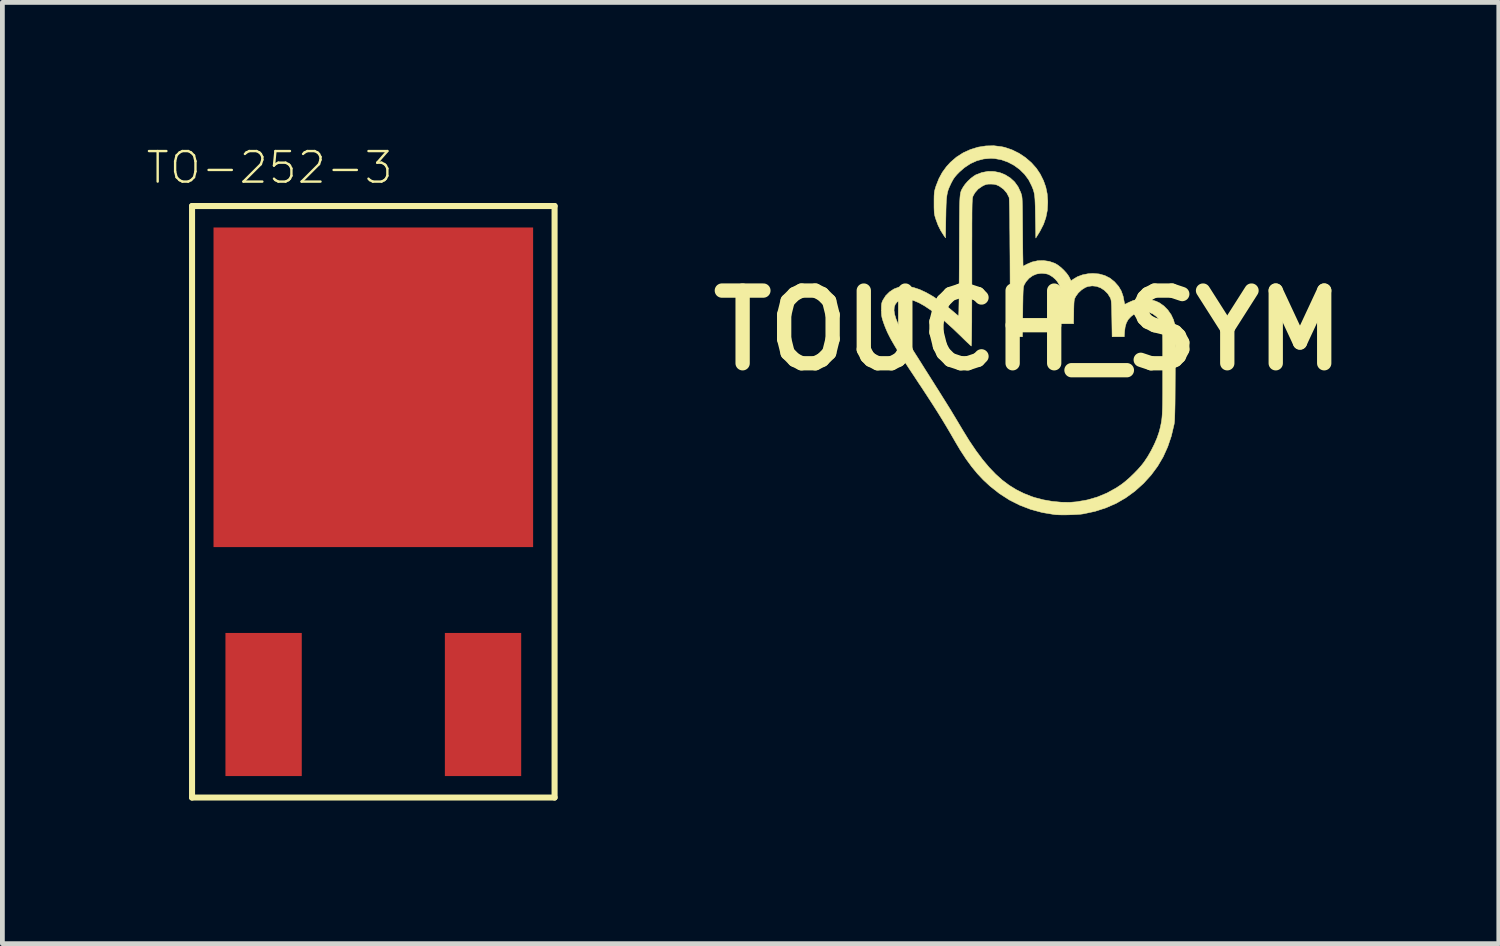
<source format=kicad_pcb>
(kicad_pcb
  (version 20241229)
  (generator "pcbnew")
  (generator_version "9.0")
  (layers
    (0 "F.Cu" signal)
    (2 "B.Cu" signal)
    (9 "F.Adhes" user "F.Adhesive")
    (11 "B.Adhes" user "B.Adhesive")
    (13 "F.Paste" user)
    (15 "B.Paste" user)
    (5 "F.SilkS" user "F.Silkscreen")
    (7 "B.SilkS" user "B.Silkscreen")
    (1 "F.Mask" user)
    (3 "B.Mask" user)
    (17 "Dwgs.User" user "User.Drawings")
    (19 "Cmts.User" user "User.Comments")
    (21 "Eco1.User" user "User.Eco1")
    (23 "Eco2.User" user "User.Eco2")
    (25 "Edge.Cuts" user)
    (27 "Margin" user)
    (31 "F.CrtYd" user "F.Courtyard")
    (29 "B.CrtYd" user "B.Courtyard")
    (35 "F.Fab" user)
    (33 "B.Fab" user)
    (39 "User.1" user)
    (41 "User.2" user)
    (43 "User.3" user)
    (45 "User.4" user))
  (footprint "TO-252-3"
    (layer "F.Cu")
    (at 4.776 5.069)
    (property "Reference" "TO-252-3" (at -2.174 -4.606 0) (layer "F.SilkS") (effects (font (size 0.64 0.64) (thickness 0.05))))
    (attr smd)
    (fp_line (start -3.8 -3.8) (end 3.8 -3.8) (stroke (width 0.127) (type solid)) (layer "F.SilkS"))
    (fp_line (start -3.8 8.6) (end -3.8 -3.8) (stroke (width 0.127) (type solid)) (layer "F.SilkS"))
    (fp_line (start 3.8 -3.8) (end 3.8 8.6) (stroke (width 0.127) (type solid)) (layer "F.SilkS"))
    (fp_line (start 3.8 8.6) (end -3.8 8.6) (stroke (width 0.127) (type solid)) (layer "F.SilkS"))
    (pad "GND" smd rect (at 0 0) (size 6.7 6.7) (layers "F.Cu" "F.Mask" "F.Paste"))
    (pad "VI" smd rect (at -2.3 6.65 90) (size 3 1.6) (layers "F.Cu" "F.Mask" "F.Paste"))
    (pad "VO" smd rect (at 2.3 6.65 90) (size 3 1.6) (layers "F.Cu" "F.Mask" "F.Paste")))
  (footprint "TOUCH_SYM"
    (layer "F.Cu")
    (at 18.505 3.876)
    (property "Reference" "TOUCH_SYM" (at 0 0 0) (layer "F.SilkS") (effects (font (size 1.524 1.524) (thickness 0.3))))
    (attr through_hole)
    (fp_poly (pts (xy -0.554 -3.85) (xy -0.489 -3.836) (xy -0.338 -3.784) (xy -0.192 -3.712) (xy -0.057 -3.622) (xy 0.066 -3.516) (xy 0.171 -3.398) (xy 0.251 -3.278) (xy 0.32 -3.14) (xy 0.368 -3.005) (xy 0.397 -2.866) (xy 0.409 -2.715) (xy 0.409 -2.673) (xy 0.4 -2.515) (xy 0.37 -2.366) (xy 0.32 -2.222) (xy 0.246 -2.078) (xy 0.226 -2.045) (xy 0.159 -1.937) (xy 0.151 -2.381) (xy 0.149 -2.504) (xy 0.147 -2.606) (xy 0.144 -2.688) (xy 0.141 -2.754) (xy 0.136 -2.809) (xy 0.13 -2.854) (xy 0.122 -2.893) (xy 0.112 -2.93) (xy 0.099 -2.968) (xy 0.082 -3.009) (xy 0.074 -3.029) (xy 0.01 -3.156) (xy -0.075 -3.271) (xy -0.178 -3.373) (xy -0.295 -3.459) (xy -0.423 -3.527) (xy -0.559 -3.576) (xy -0.7 -3.602) (xy -0.787 -3.607) (xy -0.934 -3.594) (xy -1.076 -3.557) (xy -1.211 -3.496) (xy -1.339 -3.411) (xy -1.442 -3.321) (xy -1.496 -3.266) (xy -1.535 -3.22) (xy -1.567 -3.176) (xy -1.595 -3.126) (xy -1.616 -3.086) (xy -1.641 -3.032) (xy -1.663 -2.983) (xy -1.68 -2.937) (xy -1.693 -2.89) (xy -1.703 -2.839) (xy -1.711 -2.78) (xy -1.717 -2.71) (xy -1.721 -2.626) (xy -1.724 -2.523) (xy -1.726 -2.4) (xy -1.727 -2.364) (xy -1.734 -1.94) (xy -1.773 -1.996) (xy -1.837 -2.098) (xy -1.89 -2.205) (xy -1.932 -2.318) (xy -1.947 -2.364) (xy -1.958 -2.402) (xy -1.965 -2.437) (xy -1.97 -2.474) (xy -1.972 -2.52) (xy -1.974 -2.579) (xy -1.974 -2.656) (xy -1.974 -2.673) (xy -1.974 -2.755) (xy -1.973 -2.817) (xy -1.97 -2.865) (xy -1.966 -2.904) (xy -1.959 -2.939) (xy -1.949 -2.975) (xy -1.935 -3.02) (xy -1.932 -3.029) (xy -1.873 -3.179) (xy -1.802 -3.311) (xy -1.714 -3.432) (xy -1.631 -3.523) (xy -1.504 -3.633) (xy -1.363 -3.723) (xy -1.211 -3.792) (xy -1.052 -3.841) (xy -0.887 -3.867) (xy -0.72 -3.871) (xy -0.554 -3.85)) (stroke (width 0.01) (type solid)) (fill yes) (layer "F.SilkS"))
    (fp_poly (pts (xy -0.718 -3.332) (xy -0.592 -3.306) (xy -0.489 -3.265) (xy -0.378 -3.197) (xy -0.286 -3.113) (xy -0.212 -3.01) (xy -0.156 -2.889) (xy -0.15 -2.87) (xy -0.144 -2.852) (xy -0.139 -2.834) (xy -0.134 -2.813) (xy -0.131 -2.789) (xy -0.128 -2.758) (xy -0.126 -2.718) (xy -0.124 -2.668) (xy -0.122 -2.604) (xy -0.121 -2.525) (xy -0.12 -2.429) (xy -0.119 -2.314) (xy -0.118 -2.176) (xy -0.117 -2.067) (xy -0.116 -1.934) (xy -0.115 -1.809) (xy -0.114 -1.695) (xy -0.113 -1.593) (xy -0.111 -1.505) (xy -0.11 -1.435) (xy -0.109 -1.383) (xy -0.108 -1.353) (xy -0.107 -1.346) (xy -0.094 -1.352) (xy -0.065 -1.367) (xy -0.033 -1.385) (xy 0.078 -1.433) (xy 0.198 -1.46) (xy 0.32 -1.464) (xy 0.442 -1.446) (xy 0.558 -1.406) (xy 0.566 -1.402) (xy 0.624 -1.367) (xy 0.687 -1.318) (xy 0.749 -1.259) (xy 0.804 -1.198) (xy 0.846 -1.14) (xy 0.864 -1.108) (xy 0.881 -1.072) (xy 0.893 -1.048) (xy 0.898 -1.041) (xy 0.911 -1.048) (xy 0.935 -1.066) (xy 0.944 -1.072) (xy 1.032 -1.125) (xy 1.137 -1.164) (xy 1.254 -1.187) (xy 1.353 -1.194) (xy 1.486 -1.183) (xy 1.605 -1.15) (xy 1.714 -1.095) (xy 1.811 -1.017) (xy 1.815 -1.012) (xy 1.894 -0.922) (xy 1.951 -0.825) (xy 1.989 -0.717) (xy 2.006 -0.63) (xy 2.014 -0.59) (xy 2.02 -0.56) (xy 2.024 -0.55) (xy 2.038 -0.552) (xy 2.066 -0.565) (xy 2.098 -0.582) (xy 2.204 -0.628) (xy 2.32 -0.654) (xy 2.442 -0.66) (xy 2.563 -0.646) (xy 2.679 -0.611) (xy 2.75 -0.578) (xy 2.845 -0.511) (xy 2.928 -0.426) (xy 2.997 -0.327) (xy 3.047 -0.219) (xy 3.075 -0.113) (xy 3.077 -0.081) (xy 3.079 -0.025) (xy 3.081 0.055) (xy 3.083 0.159) (xy 3.083 0.286) (xy 3.084 0.435) (xy 3.084 0.606) (xy 3.083 0.797) (xy 3.082 0.922) (xy 3.081 1.107) (xy 3.08 1.269) (xy 3.079 1.408) (xy 3.078 1.528) (xy 3.076 1.629) (xy 3.074 1.713) (xy 3.072 1.783) (xy 3.07 1.841) (xy 3.068 1.887) (xy 3.065 1.923) (xy 3.061 1.952) (xy 3.057 1.975) (xy 3 2.216) (xy 2.924 2.441) (xy 2.829 2.651) (xy 2.714 2.847) (xy 2.578 3.031) (xy 2.42 3.205) (xy 2.416 3.209) (xy 2.237 3.37) (xy 2.047 3.508) (xy 1.846 3.625) (xy 1.631 3.719) (xy 1.403 3.793) (xy 1.161 3.845) (xy 1.143 3.848) (xy 1.087 3.855) (xy 1.012 3.86) (xy 0.925 3.864) (xy 0.832 3.867) (xy 0.74 3.868) (xy 0.656 3.867) (xy 0.585 3.864) (xy 0.546 3.86) (xy 0.294 3.818) (xy 0.053 3.753) (xy -0.176 3.665) (xy -0.395 3.555) (xy -0.603 3.421) (xy -0.802 3.264) (xy -0.944 3.132) (xy -1.067 3.001) (xy -1.187 2.855) (xy -1.305 2.693) (xy -1.424 2.511) (xy -1.545 2.307) (xy -1.549 2.299) (xy -1.632 2.155) (xy -1.717 2.011) (xy -1.806 1.864) (xy -1.902 1.709) (xy -2.006 1.546) (xy -2.121 1.369) (xy -2.248 1.175) (xy -2.288 1.116) (xy -2.401 0.944) (xy -2.502 0.792) (xy -2.59 0.657) (xy -2.666 0.537) (xy -2.733 0.431) (xy -2.79 0.337) (xy -2.839 0.253) (xy -2.882 0.178) (xy -2.918 0.108) (xy -2.95 0.044) (xy -2.977 -0.018) (xy -3.002 -0.079) (xy -3.025 -0.141) (xy -3.03 -0.154) (xy -3.051 -0.217) (xy -3.065 -0.266) (xy -3.073 -0.312) (xy -3.077 -0.364) (xy -3.078 -0.418) (xy -2.813 -0.418) (xy -2.8 -0.334) (xy -2.77 -0.236) (xy -2.723 -0.122) (xy -2.658 0.007) (xy -2.581 0.146) (xy -2.56 0.18) (xy -2.528 0.233) (xy -2.484 0.303) (xy -2.432 0.388) (xy -2.372 0.484) (xy -2.305 0.589) (xy -2.234 0.702) (xy -2.16 0.82) (xy -2.1 0.914) (xy -2.006 1.063) (xy -1.924 1.193) (xy -1.852 1.307) (xy -1.789 1.408) (xy -1.732 1.499) (xy -1.68 1.582) (xy -1.631 1.661) (xy -1.584 1.739) (xy -1.537 1.817) (xy -1.487 1.9) (xy -1.434 1.989) (xy -1.378 2.083) (xy -1.236 2.314) (xy -1.096 2.521) (xy -0.959 2.705) (xy -0.822 2.869) (xy -0.684 3.013) (xy -0.544 3.139) (xy -0.4 3.247) (xy -0.251 3.339) (xy -0.095 3.417) (xy 0.068 3.482) (xy 0.134 3.504) (xy 0.313 3.551) (xy 0.501 3.584) (xy 0.689 3.602) (xy 0.871 3.605) (xy 1.016 3.593) (xy 1.239 3.554) (xy 1.45 3.493) (xy 1.652 3.409) (xy 1.846 3.302) (xy 1.955 3.229) (xy 2.035 3.167) (xy 2.122 3.091) (xy 2.211 3.006) (xy 2.296 2.919) (xy 2.371 2.834) (xy 2.431 2.757) (xy 2.508 2.641) (xy 2.58 2.515) (xy 2.645 2.385) (xy 2.7 2.258) (xy 2.741 2.139) (xy 2.755 2.089) (xy 2.767 2.041) (xy 2.777 1.996) (xy 2.786 1.954) (xy 2.793 1.911) (xy 2.8 1.867) (xy 2.805 1.818) (xy 2.809 1.763) (xy 2.812 1.7) (xy 2.815 1.626) (xy 2.817 1.539) (xy 2.818 1.437) (xy 2.819 1.318) (xy 2.819 1.18) (xy 2.819 1.021) (xy 2.819 0.848) (xy 2.819 0.674) (xy 2.819 0.524) (xy 2.819 0.395) (xy 2.819 0.286) (xy 2.818 0.195) (xy 2.817 0.12) (xy 2.816 0.059) (xy 2.815 0.01) (xy 2.813 -0.028) (xy 2.81 -0.058) (xy 2.807 -0.081) (xy 2.804 -0.099) (xy 2.8 -0.114) (xy 2.795 -0.128) (xy 2.792 -0.135) (xy 2.749 -0.218) (xy 2.687 -0.29) (xy 2.613 -0.345) (xy 2.529 -0.381) (xy 2.488 -0.391) (xy 2.388 -0.395) (xy 2.297 -0.377) (xy 2.212 -0.335) (xy 2.154 -0.29) (xy 2.097 -0.229) (xy 2.057 -0.157) (xy 2.032 -0.071) (xy 2.021 0.015) (xy 2.013 0.133) (xy 1.759 0.133) (xy 1.753 -0.248) (xy 1.751 -0.357) (xy 1.749 -0.444) (xy 1.747 -0.512) (xy 1.744 -0.564) (xy 1.741 -0.603) (xy 1.737 -0.632) (xy 1.732 -0.655) (xy 1.725 -0.673) (xy 1.719 -0.687) (xy 1.667 -0.771) (xy 1.595 -0.842) (xy 1.518 -0.892) (xy 1.431 -0.924) (xy 1.341 -0.933) (xy 1.253 -0.921) (xy 1.199 -0.901) (xy 1.12 -0.851) (xy 1.05 -0.786) (xy 0.996 -0.712) (xy 0.993 -0.705) (xy 0.981 -0.682) (xy 0.972 -0.661) (xy 0.966 -0.637) (xy 0.962 -0.606) (xy 0.959 -0.564) (xy 0.957 -0.507) (xy 0.955 -0.43) (xy 0.955 -0.391) (xy 0.951 -0.14) (xy 0.686 -0.14) (xy 0.686 -0.493) (xy 0.686 -0.609) (xy 0.684 -0.702) (xy 0.682 -0.777) (xy 0.677 -0.837) (xy 0.671 -0.884) (xy 0.661 -0.923) (xy 0.648 -0.957) (xy 0.632 -0.988) (xy 0.611 -1.021) (xy 0.611 -1.022) (xy 0.568 -1.073) (xy 0.511 -1.122) (xy 0.449 -1.161) (xy 0.402 -1.181) (xy 0.36 -1.189) (xy 0.306 -1.195) (xy 0.269 -1.196) (xy 0.179 -1.183) (xy 0.094 -1.148) (xy 0.017 -1.092) (xy -0.047 -1.019) (xy -0.077 -0.968) (xy -0.085 -0.953) (xy -0.091 -0.938) (xy -0.096 -0.921) (xy -0.1 -0.899) (xy -0.103 -0.869) (xy -0.106 -0.83) (xy -0.108 -0.778) (xy -0.11 -0.711) (xy -0.111 -0.627) (xy -0.113 -0.523) (xy -0.114 -0.395) (xy -0.114 -0.387) (xy -0.121 0.133) (xy -0.375 0.133) (xy -0.381 -1.308) (xy -0.382 -1.557) (xy -0.384 -1.781) (xy -0.385 -1.98) (xy -0.387 -2.156) (xy -0.388 -2.31) (xy -0.39 -2.44) (xy -0.392 -2.55) (xy -0.394 -2.637) (xy -0.396 -2.705) (xy -0.398 -2.752) (xy -0.4 -2.781) (xy -0.402 -2.789) (xy -0.448 -2.879) (xy -0.514 -2.957) (xy -0.598 -3.019) (xy -0.63 -3.036) (xy -0.674 -3.054) (xy -0.719 -3.064) (xy -0.777 -3.067) (xy -0.787 -3.067) (xy -0.842 -3.066) (xy -0.882 -3.059) (xy -0.92 -3.045) (xy -0.963 -3.023) (xy -1.05 -2.963) (xy -1.118 -2.885) (xy -1.155 -2.819) (xy -1.159 -2.81) (xy -1.162 -2.8) (xy -1.165 -2.788) (xy -1.168 -2.773) (xy -1.17 -2.752) (xy -1.172 -2.725) (xy -1.174 -2.691) (xy -1.176 -2.647) (xy -1.177 -2.593) (xy -1.178 -2.527) (xy -1.179 -2.448) (xy -1.179 -2.354) (xy -1.18 -2.244) (xy -1.18 -2.116) (xy -1.18 -1.97) (xy -1.181 -1.804) (xy -1.181 -1.616) (xy -1.181 -1.406) (xy -1.181 -1.215) (xy -1.181 -0.965) (xy -1.181 -0.735) (xy -1.182 -0.526) (xy -1.183 -0.34) (xy -1.183 -0.175) (xy -1.185 -0.032) (xy -1.186 0.087) (xy -1.187 0.183) (xy -1.189 0.255) (xy -1.191 0.303) (xy -1.193 0.326) (xy -1.193 0.328) (xy -1.206 0.318) (xy -1.233 0.293) (xy -1.273 0.256) (xy -1.323 0.208) (xy -1.379 0.153) (xy -1.4 0.132) (xy -1.576 -0.037) (xy -1.742 -0.186) (xy -1.897 -0.316) (xy -2.04 -0.424) (xy -2.171 -0.512) (xy -2.29 -0.579) (xy -2.397 -0.624) (xy -2.454 -0.641) (xy -2.535 -0.656) (xy -2.601 -0.658) (xy -2.657 -0.647) (xy -2.693 -0.632) (xy -2.748 -0.595) (xy -2.786 -0.548) (xy -2.808 -0.489) (xy -2.813 -0.418) (xy -3.078 -0.418) (xy -3.078 -0.425) (xy -3.078 -0.489) (xy -3.076 -0.534) (xy -3.071 -0.569) (xy -3.062 -0.599) (xy -3.047 -0.632) (xy -3.045 -0.636) (xy -2.986 -0.729) (xy -2.907 -0.807) (xy -2.815 -0.868) (xy -2.712 -0.907) (xy -2.643 -0.922) (xy -2.578 -0.926) (xy -2.507 -0.92) (xy -2.424 -0.903) (xy -2.398 -0.897) (xy -2.275 -0.856) (xy -2.141 -0.794) (xy -1.997 -0.712) (xy -1.846 -0.611) (xy -1.689 -0.492) (xy -1.544 -0.371) (xy -1.508 -0.34) (xy -1.478 -0.316) (xy -1.461 -0.305) (xy -1.459 -0.305) (xy -1.457 -0.317) (xy -1.456 -0.353) (xy -1.454 -0.411) (xy -1.453 -0.49) (xy -1.451 -0.587) (xy -1.45 -0.701) (xy -1.449 -0.83) (xy -1.448 -0.972) (xy -1.447 -1.126) (xy -1.446 -1.29) (xy -1.445 -1.463) (xy -1.445 -1.565) (xy -1.444 -1.775) (xy -1.443 -1.961) (xy -1.443 -2.125) (xy -1.442 -2.268) (xy -1.441 -2.393) (xy -1.44 -2.499) (xy -1.439 -2.59) (xy -1.437 -2.666) (xy -1.434 -2.73) (xy -1.431 -2.782) (xy -1.427 -2.825) (xy -1.422 -2.86) (xy -1.417 -2.889) (xy -1.41 -2.912) (xy -1.403 -2.932) (xy -1.394 -2.951) (xy -1.384 -2.969) (xy -1.372 -2.989) (xy -1.364 -3.004) (xy -1.323 -3.063) (xy -1.267 -3.127) (xy -1.203 -3.187) (xy -1.138 -3.236) (xy -1.096 -3.262) (xy -0.972 -3.309) (xy -0.846 -3.333) (xy -0.718 -3.332)) (stroke (width 0.01) (type solid)) (fill yes) (layer "F.SilkS")))
  (gr_rect
    (start -3 -3)
    (end 28.37 16.732)
    (stroke (width 0.1) (type default))
    (fill no)
    (layer "Edge.Cuts")))
</source>
